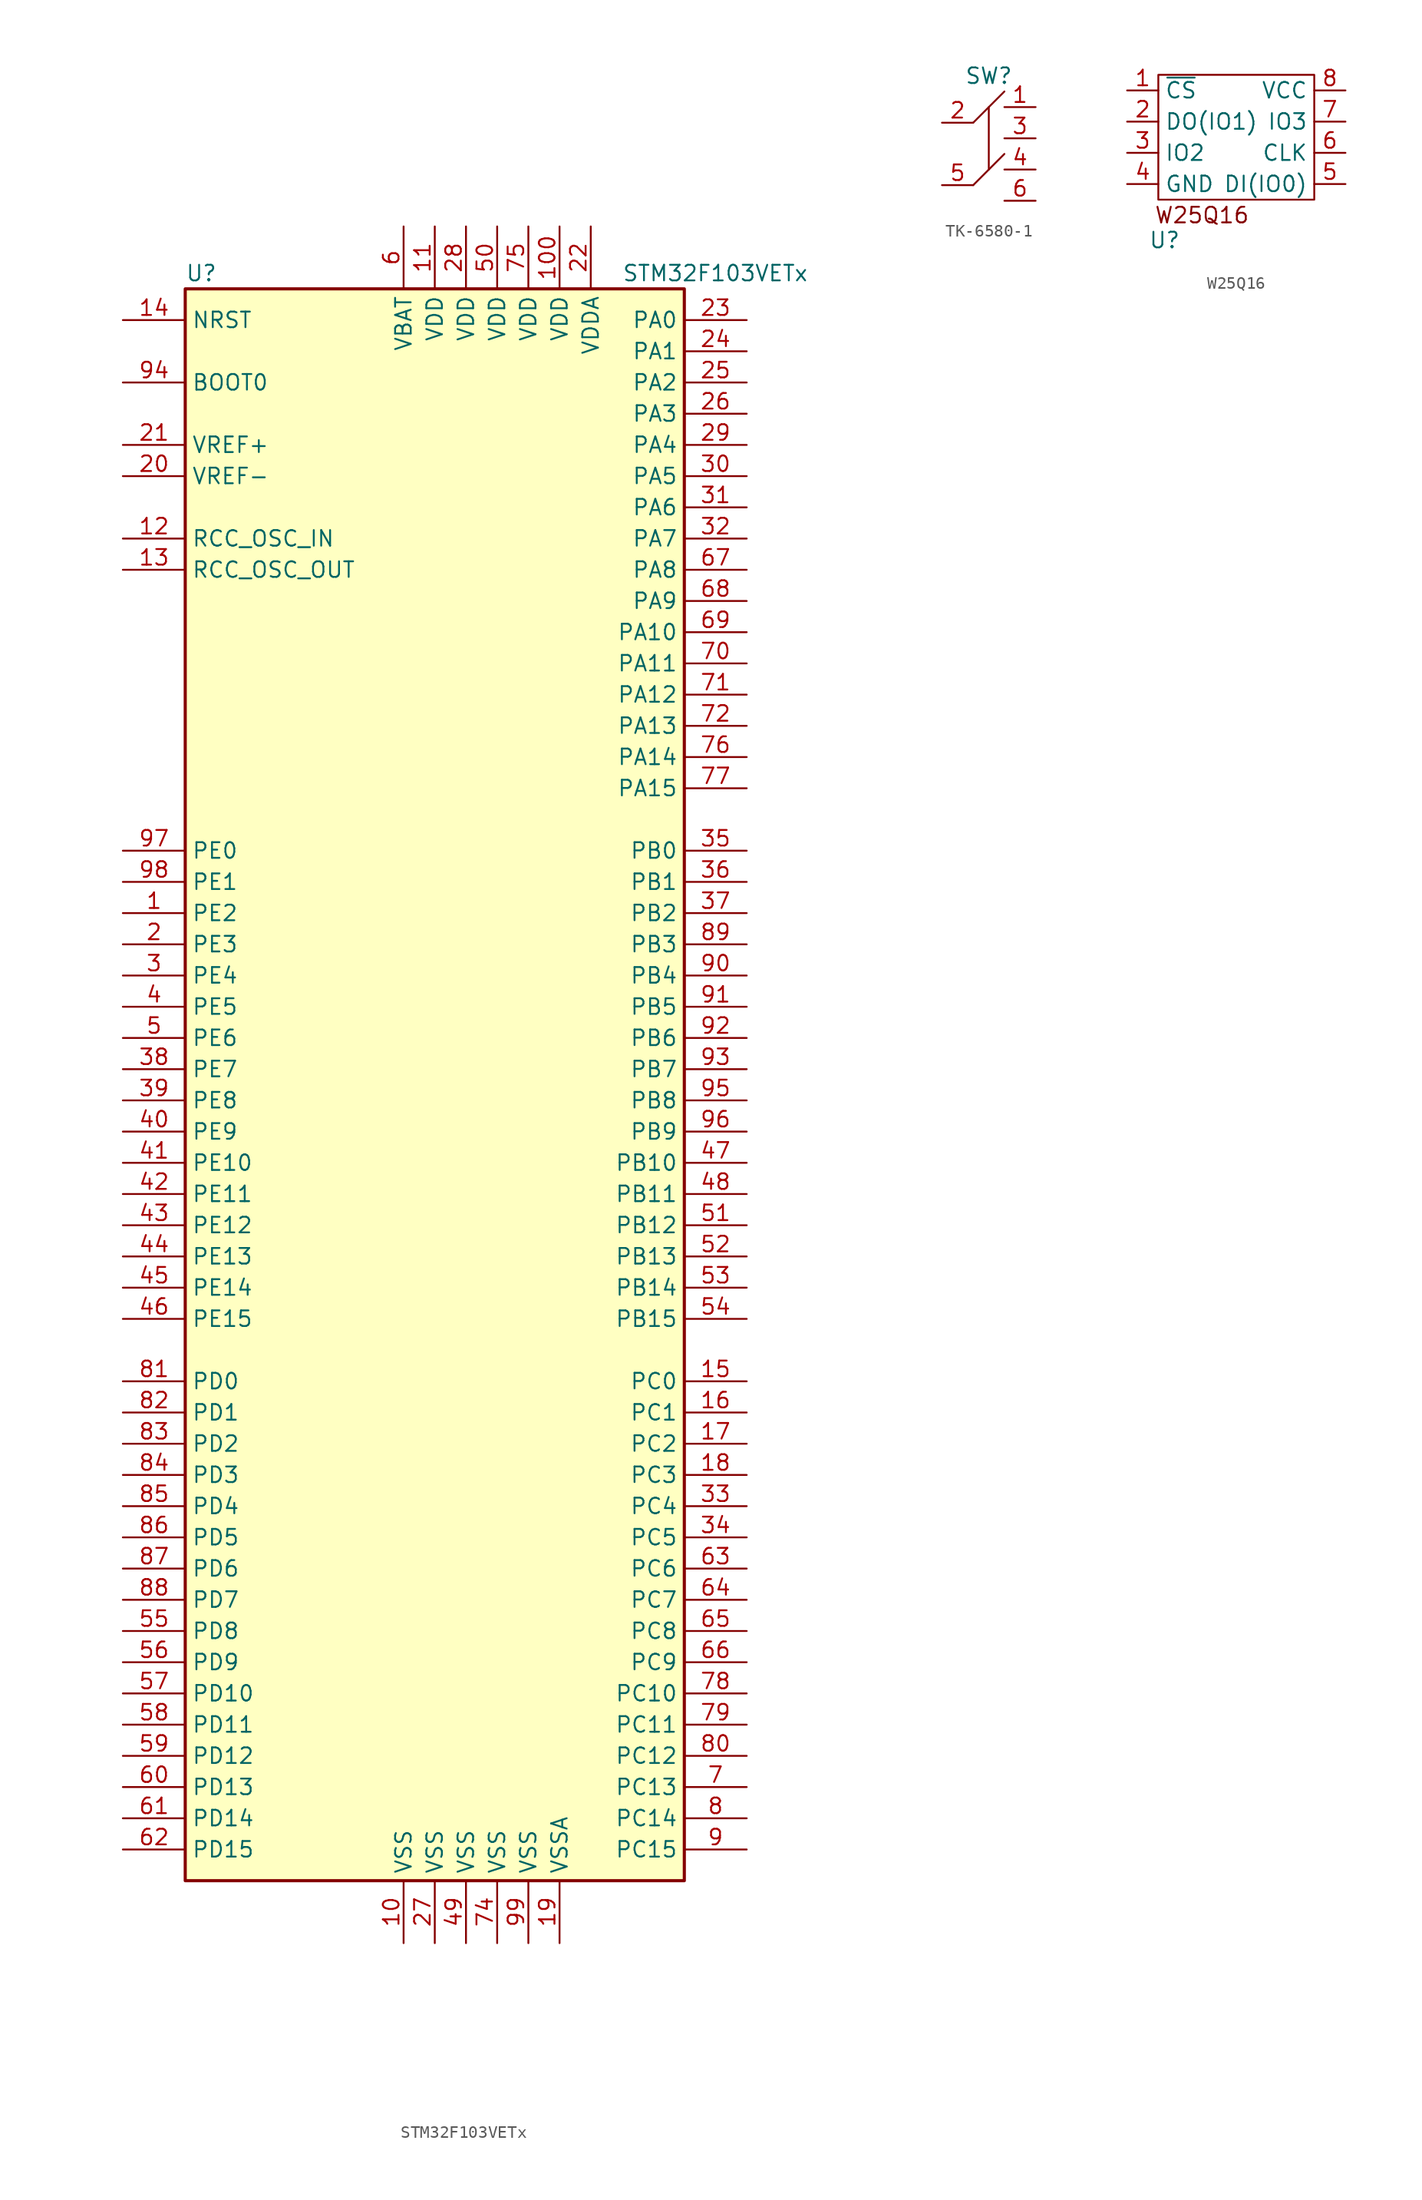
<source format=kicad_sym>
(kicad_symbol_lib
  (version 20231120)
  (generator "kicad_symbol_editor")
  (generator_version "8.0")
  (symbol "STM32F103VETx"
    (property "Reference" "U"
      (at -20.32 64.77 0)
      (effects (font (size 1.27 1.27)) (justify left)))
    (property "Value" "STM32F103VETx"
      (at 15.24 64.77 0)
      (effects (font (size 1.27 1.27)) (justify left)))
    (symbol "STM32F103VETx_0_1"
      (rectangle (start -20.32 -66.04) (end 20.32 63.5) (stroke (width 0.254) (type default)) (fill (type background))))
    (symbol "STM32F103VETx_1_1"
      (pin bidirectional line (at -25.4 12.7 0) (length 5.08) (name "PE2" (effects (font (size 1.27 1.27)))) (number "1" (effects (font (size 1.27 1.27)))))
      (pin power_in line (at -2.54 -71.12 90) (length 5.08) (name "VSS" (effects (font (size 1.27 1.27)))) (number "10" (effects (font (size 1.27 1.27)))))
      (pin power_in line (at 10.16 68.58 270) (length 5.08) (name "VDD" (effects (font (size 1.27 1.27)))) (number "100" (effects (font (size 1.27 1.27)))))
      (pin power_in line (at 0 68.58 270) (length 5.08) (name "VDD" (effects (font (size 1.27 1.27)))) (number "11" (effects (font (size 1.27 1.27)))))
      (pin input line (at -25.4 43.18 0) (length 5.08) (name "RCC_OSC_IN" (effects (font (size 1.27 1.27)))) (number "12" (effects (font (size 1.27 1.27)))))
      (pin input line (at -25.4 40.64 0) (length 5.08) (name "RCC_OSC_OUT" (effects (font (size 1.27 1.27)))) (number "13" (effects (font (size 1.27 1.27)))))
      (pin input line (at -25.4 60.96 0) (length 5.08) (name "NRST" (effects (font (size 1.27 1.27)))) (number "14" (effects (font (size 1.27 1.27)))))
      (pin bidirectional line (at 25.4 -25.4 180) (length 5.08) (name "PC0" (effects (font (size 1.27 1.27)))) (number "15" (effects (font (size 1.27 1.27)))))
      (pin bidirectional line (at 25.4 -27.94 180) (length 5.08) (name "PC1" (effects (font (size 1.27 1.27)))) (number "16" (effects (font (size 1.27 1.27)))))
      (pin bidirectional line (at 25.4 -30.48 180) (length 5.08) (name "PC2" (effects (font (size 1.27 1.27)))) (number "17" (effects (font (size 1.27 1.27)))))
      (pin bidirectional line (at 25.4 -33.02 180) (length 5.08) (name "PC3" (effects (font (size 1.27 1.27)))) (number "18" (effects (font (size 1.27 1.27)))))
      (pin power_in line (at 10.16 -71.12 90) (length 5.08) (name "VSSA" (effects (font (size 1.27 1.27)))) (number "19" (effects (font (size 1.27 1.27)))))
      (pin bidirectional line (at -25.4 10.16 0) (length 5.08) (name "PE3" (effects (font (size 1.27 1.27)))) (number "2" (effects (font (size 1.27 1.27)))))
      (pin passive line (at -25.4 48.26 0) (length 5.08) (name "VREF-" (effects (font (size 1.27 1.27)))) (number "20" (effects (font (size 1.27 1.27)))))
      (pin passive line (at -25.4 50.8 0) (length 5.08) (name "VREF+" (effects (font (size 1.27 1.27)))) (number "21" (effects (font (size 1.27 1.27)))))
      (pin power_in line (at 12.7 68.58 270) (length 5.08) (name "VDDA" (effects (font (size 1.27 1.27)))) (number "22" (effects (font (size 1.27 1.27)))))
      (pin bidirectional line (at 25.4 60.96 180) (length 5.08) (name "PA0" (effects (font (size 1.27 1.27)))) (number "23" (effects (font (size 1.27 1.27)))))
      (pin bidirectional line (at 25.4 58.42 180) (length 5.08) (name "PA1" (effects (font (size 1.27 1.27)))) (number "24" (effects (font (size 1.27 1.27)))))
      (pin bidirectional line (at 25.4 55.88 180) (length 5.08) (name "PA2" (effects (font (size 1.27 1.27)))) (number "25" (effects (font (size 1.27 1.27)))))
      (pin bidirectional line (at 25.4 53.34 180) (length 5.08) (name "PA3" (effects (font (size 1.27 1.27)))) (number "26" (effects (font (size 1.27 1.27)))))
      (pin power_in line (at 0 -71.12 90) (length 5.08) (name "VSS" (effects (font (size 1.27 1.27)))) (number "27" (effects (font (size 1.27 1.27)))))
      (pin power_in line (at 2.54 68.58 270) (length 5.08) (name "VDD" (effects (font (size 1.27 1.27)))) (number "28" (effects (font (size 1.27 1.27)))))
      (pin bidirectional line (at 25.4 50.8 180) (length 5.08) (name "PA4" (effects (font (size 1.27 1.27)))) (number "29" (effects (font (size 1.27 1.27)))))
      (pin bidirectional line (at -25.4 7.62 0) (length 5.08) (name "PE4" (effects (font (size 1.27 1.27)))) (number "3" (effects (font (size 1.27 1.27)))))
      (pin bidirectional line (at 25.4 48.26 180) (length 5.08) (name "PA5" (effects (font (size 1.27 1.27)))) (number "30" (effects (font (size 1.27 1.27)))))
      (pin bidirectional line (at 25.4 45.72 180) (length 5.08) (name "PA6" (effects (font (size 1.27 1.27)))) (number "31" (effects (font (size 1.27 1.27)))))
      (pin bidirectional line (at 25.4 43.18 180) (length 5.08) (name "PA7" (effects (font (size 1.27 1.27)))) (number "32" (effects (font (size 1.27 1.27)))))
      (pin bidirectional line (at 25.4 -35.56 180) (length 5.08) (name "PC4" (effects (font (size 1.27 1.27)))) (number "33" (effects (font (size 1.27 1.27)))))
      (pin bidirectional line (at 25.4 -38.1 180) (length 5.08) (name "PC5" (effects (font (size 1.27 1.27)))) (number "34" (effects (font (size 1.27 1.27)))))
      (pin bidirectional line (at 25.4 17.78 180) (length 5.08) (name "PB0" (effects (font (size 1.27 1.27)))) (number "35" (effects (font (size 1.27 1.27)))))
      (pin bidirectional line (at 25.4 15.24 180) (length 5.08) (name "PB1" (effects (font (size 1.27 1.27)))) (number "36" (effects (font (size 1.27 1.27)))))
      (pin bidirectional line (at 25.4 12.7 180) (length 5.08) (name "PB2" (effects (font (size 1.27 1.27)))) (number "37" (effects (font (size 1.27 1.27)))))
      (pin bidirectional line (at -25.4 0 0) (length 5.08) (name "PE7" (effects (font (size 1.27 1.27)))) (number "38" (effects (font (size 1.27 1.27)))))
      (pin bidirectional line (at -25.4 -2.54 0) (length 5.08) (name "PE8" (effects (font (size 1.27 1.27)))) (number "39" (effects (font (size 1.27 1.27)))))
      (pin bidirectional line (at -25.4 5.08 0) (length 5.08) (name "PE5" (effects (font (size 1.27 1.27)))) (number "4" (effects (font (size 1.27 1.27)))))
      (pin bidirectional line (at -25.4 -5.08 0) (length 5.08) (name "PE9" (effects (font (size 1.27 1.27)))) (number "40" (effects (font (size 1.27 1.27)))))
      (pin bidirectional line (at -25.4 -7.62 0) (length 5.08) (name "PE10" (effects (font (size 1.27 1.27)))) (number "41" (effects (font (size 1.27 1.27)))))
      (pin bidirectional line (at -25.4 -10.16 0) (length 5.08) (name "PE11" (effects (font (size 1.27 1.27)))) (number "42" (effects (font (size 1.27 1.27)))))
      (pin bidirectional line (at -25.4 -12.7 0) (length 5.08) (name "PE12" (effects (font (size 1.27 1.27)))) (number "43" (effects (font (size 1.27 1.27)))))
      (pin bidirectional line (at -25.4 -15.24 0) (length 5.08) (name "PE13" (effects (font (size 1.27 1.27)))) (number "44" (effects (font (size 1.27 1.27)))))
      (pin bidirectional line (at -25.4 -17.78 0) (length 5.08) (name "PE14" (effects (font (size 1.27 1.27)))) (number "45" (effects (font (size 1.27 1.27)))))
      (pin bidirectional line (at -25.4 -20.32 0) (length 5.08) (name "PE15" (effects (font (size 1.27 1.27)))) (number "46" (effects (font (size 1.27 1.27)))))
      (pin bidirectional line (at 25.4 -7.62 180) (length 5.08) (name "PB10" (effects (font (size 1.27 1.27)))) (number "47" (effects (font (size 1.27 1.27)))))
      (pin bidirectional line (at 25.4 -10.16 180) (length 5.08) (name "PB11" (effects (font (size 1.27 1.27)))) (number "48" (effects (font (size 1.27 1.27)))))
      (pin power_in line (at 2.54 -71.12 90) (length 5.08) (name "VSS" (effects (font (size 1.27 1.27)))) (number "49" (effects (font (size 1.27 1.27)))))
      (pin bidirectional line (at -25.4 2.54 0) (length 5.08) (name "PE6" (effects (font (size 1.27 1.27)))) (number "5" (effects (font (size 1.27 1.27)))))
      (pin power_in line (at 5.08 68.58 270) (length 5.08) (name "VDD" (effects (font (size 1.27 1.27)))) (number "50" (effects (font (size 1.27 1.27)))))
      (pin bidirectional line (at 25.4 -12.7 180) (length 5.08) (name "PB12" (effects (font (size 1.27 1.27)))) (number "51" (effects (font (size 1.27 1.27)))))
      (pin bidirectional line (at 25.4 -15.24 180) (length 5.08) (name "PB13" (effects (font (size 1.27 1.27)))) (number "52" (effects (font (size 1.27 1.27)))))
      (pin bidirectional line (at 25.4 -17.78 180) (length 5.08) (name "PB14" (effects (font (size 1.27 1.27)))) (number "53" (effects (font (size 1.27 1.27)))))
      (pin bidirectional line (at 25.4 -20.32 180) (length 5.08) (name "PB15" (effects (font (size 1.27 1.27)))) (number "54" (effects (font (size 1.27 1.27)))))
      (pin bidirectional line (at -25.4 -45.72 0) (length 5.08) (name "PD8" (effects (font (size 1.27 1.27)))) (number "55" (effects (font (size 1.27 1.27)))))
      (pin bidirectional line (at -25.4 -48.26 0) (length 5.08) (name "PD9" (effects (font (size 1.27 1.27)))) (number "56" (effects (font (size 1.27 1.27)))))
      (pin bidirectional line (at -25.4 -50.8 0) (length 5.08) (name "PD10" (effects (font (size 1.27 1.27)))) (number "57" (effects (font (size 1.27 1.27)))))
      (pin bidirectional line (at -25.4 -53.34 0) (length 5.08) (name "PD11" (effects (font (size 1.27 1.27)))) (number "58" (effects (font (size 1.27 1.27)))))
      (pin bidirectional line (at -25.4 -55.88 0) (length 5.08) (name "PD12" (effects (font (size 1.27 1.27)))) (number "59" (effects (font (size 1.27 1.27)))))
      (pin passive line (at -2.54 68.58 270) (length 5.08) (name "VBAT" (effects (font (size 1.27 1.27)))) (number "6" (effects (font (size 1.27 1.27)))))
      (pin bidirectional line (at -25.4 -58.42 0) (length 5.08) (name "PD13" (effects (font (size 1.27 1.27)))) (number "60" (effects (font (size 1.27 1.27)))))
      (pin bidirectional line (at -25.4 -60.96 0) (length 5.08) (name "PD14" (effects (font (size 1.27 1.27)))) (number "61" (effects (font (size 1.27 1.27)))))
      (pin bidirectional line (at -25.4 -63.5 0) (length 5.08) (name "PD15" (effects (font (size 1.27 1.27)))) (number "62" (effects (font (size 1.27 1.27)))))
      (pin bidirectional line (at 25.4 -40.64 180) (length 5.08) (name "PC6" (effects (font (size 1.27 1.27)))) (number "63" (effects (font (size 1.27 1.27)))))
      (pin bidirectional line (at 25.4 -43.18 180) (length 5.08) (name "PC7" (effects (font (size 1.27 1.27)))) (number "64" (effects (font (size 1.27 1.27)))))
      (pin bidirectional line (at 25.4 -45.72 180) (length 5.08) (name "PC8" (effects (font (size 1.27 1.27)))) (number "65" (effects (font (size 1.27 1.27)))))
      (pin bidirectional line (at 25.4 -48.26 180) (length 5.08) (name "PC9" (effects (font (size 1.27 1.27)))) (number "66" (effects (font (size 1.27 1.27)))))
      (pin bidirectional line (at 25.4 40.64 180) (length 5.08) (name "PA8" (effects (font (size 1.27 1.27)))) (number "67" (effects (font (size 1.27 1.27)))))
      (pin bidirectional line (at 25.4 38.1 180) (length 5.08) (name "PA9" (effects (font (size 1.27 1.27)))) (number "68" (effects (font (size 1.27 1.27)))))
      (pin bidirectional line (at 25.4 35.56 180) (length 5.08) (name "PA10" (effects (font (size 1.27 1.27)))) (number "69" (effects (font (size 1.27 1.27)))))
      (pin bidirectional line (at 25.4 -58.42 180) (length 5.08) (name "PC13" (effects (font (size 1.27 1.27)))) (number "7" (effects (font (size 1.27 1.27)))))
      (pin bidirectional line (at 25.4 33.02 180) (length 5.08) (name "PA11" (effects (font (size 1.27 1.27)))) (number "70" (effects (font (size 1.27 1.27)))))
      (pin bidirectional line (at 25.4 30.48 180) (length 5.08) (name "PA12" (effects (font (size 1.27 1.27)))) (number "71" (effects (font (size 1.27 1.27)))))
      (pin bidirectional line (at 25.4 27.94 180) (length 5.08) (name "PA13" (effects (font (size 1.27 1.27)))) (number "72" (effects (font (size 1.27 1.27)))))
      (pin no_connect line (at -20.32 -63.5 0) (length 5.08) hide (name "NC" (effects (font (size 1.27 1.27)))) (number "73" (effects (font (size 1.27 1.27)))))
      (pin power_in line (at 5.08 -71.12 90) (length 5.08) (name "VSS" (effects (font (size 1.27 1.27)))) (number "74" (effects (font (size 1.27 1.27)))))
      (pin power_in line (at 7.62 68.58 270) (length 5.08) (name "VDD" (effects (font (size 1.27 1.27)))) (number "75" (effects (font (size 1.27 1.27)))))
      (pin bidirectional line (at 25.4 25.4 180) (length 5.08) (name "PA14" (effects (font (size 1.27 1.27)))) (number "76" (effects (font (size 1.27 1.27)))))
      (pin bidirectional line (at 25.4 22.86 180) (length 5.08) (name "PA15" (effects (font (size 1.27 1.27)))) (number "77" (effects (font (size 1.27 1.27)))))
      (pin bidirectional line (at 25.4 -50.8 180) (length 5.08) (name "PC10" (effects (font (size 1.27 1.27)))) (number "78" (effects (font (size 1.27 1.27)))))
      (pin bidirectional line (at 25.4 -53.34 180) (length 5.08) (name "PC11" (effects (font (size 1.27 1.27)))) (number "79" (effects (font (size 1.27 1.27)))))
      (pin bidirectional line (at 25.4 -60.96 180) (length 5.08) (name "PC14" (effects (font (size 1.27 1.27)))) (number "8" (effects (font (size 1.27 1.27)))))
      (pin bidirectional line (at 25.4 -55.88 180) (length 5.08) (name "PC12" (effects (font (size 1.27 1.27)))) (number "80" (effects (font (size 1.27 1.27)))))
      (pin bidirectional line (at -25.4 -25.4 0) (length 5.08) (name "PD0" (effects (font (size 1.27 1.27)))) (number "81" (effects (font (size 1.27 1.27)))))
      (pin bidirectional line (at -25.4 -27.94 0) (length 5.08) (name "PD1" (effects (font (size 1.27 1.27)))) (number "82" (effects (font (size 1.27 1.27)))))
      (pin bidirectional line (at -25.4 -30.48 0) (length 5.08) (name "PD2" (effects (font (size 1.27 1.27)))) (number "83" (effects (font (size 1.27 1.27)))))
      (pin bidirectional line (at -25.4 -33.02 0) (length 5.08) (name "PD3" (effects (font (size 1.27 1.27)))) (number "84" (effects (font (size 1.27 1.27)))))
      (pin bidirectional line (at -25.4 -35.56 0) (length 5.08) (name "PD4" (effects (font (size 1.27 1.27)))) (number "85" (effects (font (size 1.27 1.27)))))
      (pin bidirectional line (at -25.4 -38.1 0) (length 5.08) (name "PD5" (effects (font (size 1.27 1.27)))) (number "86" (effects (font (size 1.27 1.27)))))
      (pin bidirectional line (at -25.4 -40.64 0) (length 5.08) (name "PD6" (effects (font (size 1.27 1.27)))) (number "87" (effects (font (size 1.27 1.27)))))
      (pin bidirectional line (at -25.4 -43.18 0) (length 5.08) (name "PD7" (effects (font (size 1.27 1.27)))) (number "88" (effects (font (size 1.27 1.27)))))
      (pin bidirectional line (at 25.4 10.16 180) (length 5.08) (name "PB3" (effects (font (size 1.27 1.27)))) (number "89" (effects (font (size 1.27 1.27)))))
      (pin bidirectional line (at 25.4 -63.5 180) (length 5.08) (name "PC15" (effects (font (size 1.27 1.27)))) (number "9" (effects (font (size 1.27 1.27)))))
      (pin bidirectional line (at 25.4 7.62 180) (length 5.08) (name "PB4" (effects (font (size 1.27 1.27)))) (number "90" (effects (font (size 1.27 1.27)))))
      (pin bidirectional line (at 25.4 5.08 180) (length 5.08) (name "PB5" (effects (font (size 1.27 1.27)))) (number "91" (effects (font (size 1.27 1.27)))))
      (pin bidirectional line (at 25.4 2.54 180) (length 5.08) (name "PB6" (effects (font (size 1.27 1.27)))) (number "92" (effects (font (size 1.27 1.27)))))
      (pin bidirectional line (at 25.4 0 180) (length 5.08) (name "PB7" (effects (font (size 1.27 1.27)))) (number "93" (effects (font (size 1.27 1.27)))))
      (pin input line (at -25.4 55.88 0) (length 5.08) (name "BOOT0" (effects (font (size 1.27 1.27)))) (number "94" (effects (font (size 1.27 1.27)))))
      (pin bidirectional line (at 25.4 -2.54 180) (length 5.08) (name "PB8" (effects (font (size 1.27 1.27)))) (number "95" (effects (font (size 1.27 1.27)))))
      (pin bidirectional line (at 25.4 -5.08 180) (length 5.08) (name "PB9" (effects (font (size 1.27 1.27)))) (number "96" (effects (font (size 1.27 1.27)))))
      (pin bidirectional line (at -25.4 17.78 0) (length 5.08) (name "PE0" (effects (font (size 1.27 1.27)))) (number "97" (effects (font (size 1.27 1.27)))))
      (pin bidirectional line (at -25.4 15.24 0) (length 5.08) (name "PE1" (effects (font (size 1.27 1.27)))) (number "98" (effects (font (size 1.27 1.27)))))
      (pin power_in line (at 7.62 -71.12 90) (length 5.08) (name "VSS" (effects (font (size 1.27 1.27)))) (number "99" (effects (font (size 1.27 1.27)))))))
  (symbol "TK-6580-1"
    (property "Reference" "SW"
      (at 0 3.81 0)
      (effects (font (size 1.27 1.27))))
    (property "Value" ""
      (at 0 0 0)
      (effects (font (size 1.27 1.27))))
    (symbol "TK-6580-1_0_1"
      (polyline (pts (xy -1.27 -5.08) (xy 1.27 -2.54)) (stroke (width 0) (type default)) (fill (type none)))
      (polyline (pts (xy -1.27 0) (xy 1.27 2.54)) (stroke (width 0) (type default)) (fill (type none)))
      (polyline (pts (xy 0 1.27) (xy 0 -3.81)) (stroke (width 0) (type default)) (fill (type none))))
    (symbol "TK-6580-1_1_1"
      (pin bidirectional line (at 3.81 1.27 180) (length 2.54) (name "" (effects (font (size 1.27 1.27)))) (number "1" (effects (font (size 1.27 1.27)))))
      (pin bidirectional line (at -3.81 0 0) (length 2.54) (name "" (effects (font (size 1.27 1.27)))) (number "2" (effects (font (size 1.27 1.27)))))
      (pin bidirectional line (at 3.81 -1.27 180) (length 2.54) (name "" (effects (font (size 1.27 1.27)))) (number "3" (effects (font (size 1.27 1.27)))))
      (pin bidirectional line (at 3.81 -3.81 180) (length 2.54) (name "" (effects (font (size 1.27 1.27)))) (number "4" (effects (font (size 1.27 1.27)))))
      (pin bidirectional line (at -3.81 -5.08 0) (length 2.54) (name "" (effects (font (size 1.27 1.27)))) (number "5" (effects (font (size 1.27 1.27)))))
      (pin bidirectional line (at 3.81 -6.35 180) (length 2.54) (name "" (effects (font (size 1.27 1.27)))) (number "6" (effects (font (size 1.27 1.27)))))))
  (symbol "W25Q16"
    (property "Reference" "U"
      (at 0.508 -13.462 0)
      (effects (font (size 1.27 1.27))))
    (property "Value" ""
      (at 0 0 0)
      (effects (font (size 1.27 1.27))))
    (symbol "W25Q16_0_1"
      (rectangle (start 0 0) (end 12.7 -10.16) (stroke (width 0) (type default)) (fill (type none))))
    (symbol "W25Q16_1_1"
      (text "W25Q16\n" (at 3.556 -11.43 0) (effects (font (size 1.27 1.27))))
      (pin bidirectional line (at -2.54 -1.27 0) (length 2.54) (name "~{CS}" (effects (font (size 1.27 1.27)))) (number "1" (effects (font (size 1.27 1.27)))))
      (pin bidirectional line (at -2.54 -3.81 0) (length 2.54) (name "DO(IO1)" (effects (font (size 1.27 1.27)))) (number "2" (effects (font (size 1.27 1.27)))))
      (pin bidirectional line (at -2.54 -6.35 0) (length 2.54) (name "IO2" (effects (font (size 1.27 1.27)))) (number "3" (effects (font (size 1.27 1.27)))))
      (pin power_in line (at -2.54 -8.89 0) (length 2.54) (name "GND" (effects (font (size 1.27 1.27)))) (number "4" (effects (font (size 1.27 1.27)))))
      (pin bidirectional line (at 15.24 -8.89 180) (length 2.54) (name "DI(IO0)" (effects (font (size 1.27 1.27)))) (number "5" (effects (font (size 1.27 1.27)))))
      (pin bidirectional line (at 15.24 -6.35 180) (length 2.54) (name "CLK" (effects (font (size 1.27 1.27)))) (number "6" (effects (font (size 1.27 1.27)))))
      (pin bidirectional line (at 15.24 -3.81 180) (length 2.54) (name "IO3" (effects (font (size 1.27 1.27)))) (number "7" (effects (font (size 1.27 1.27)))))
      (pin power_in line (at 15.24 -1.27 180) (length 2.54) (name "VCC" (effects (font (size 1.27 1.27)))) (number "8" (effects (font (size 1.27 1.27))))))))
</source>
